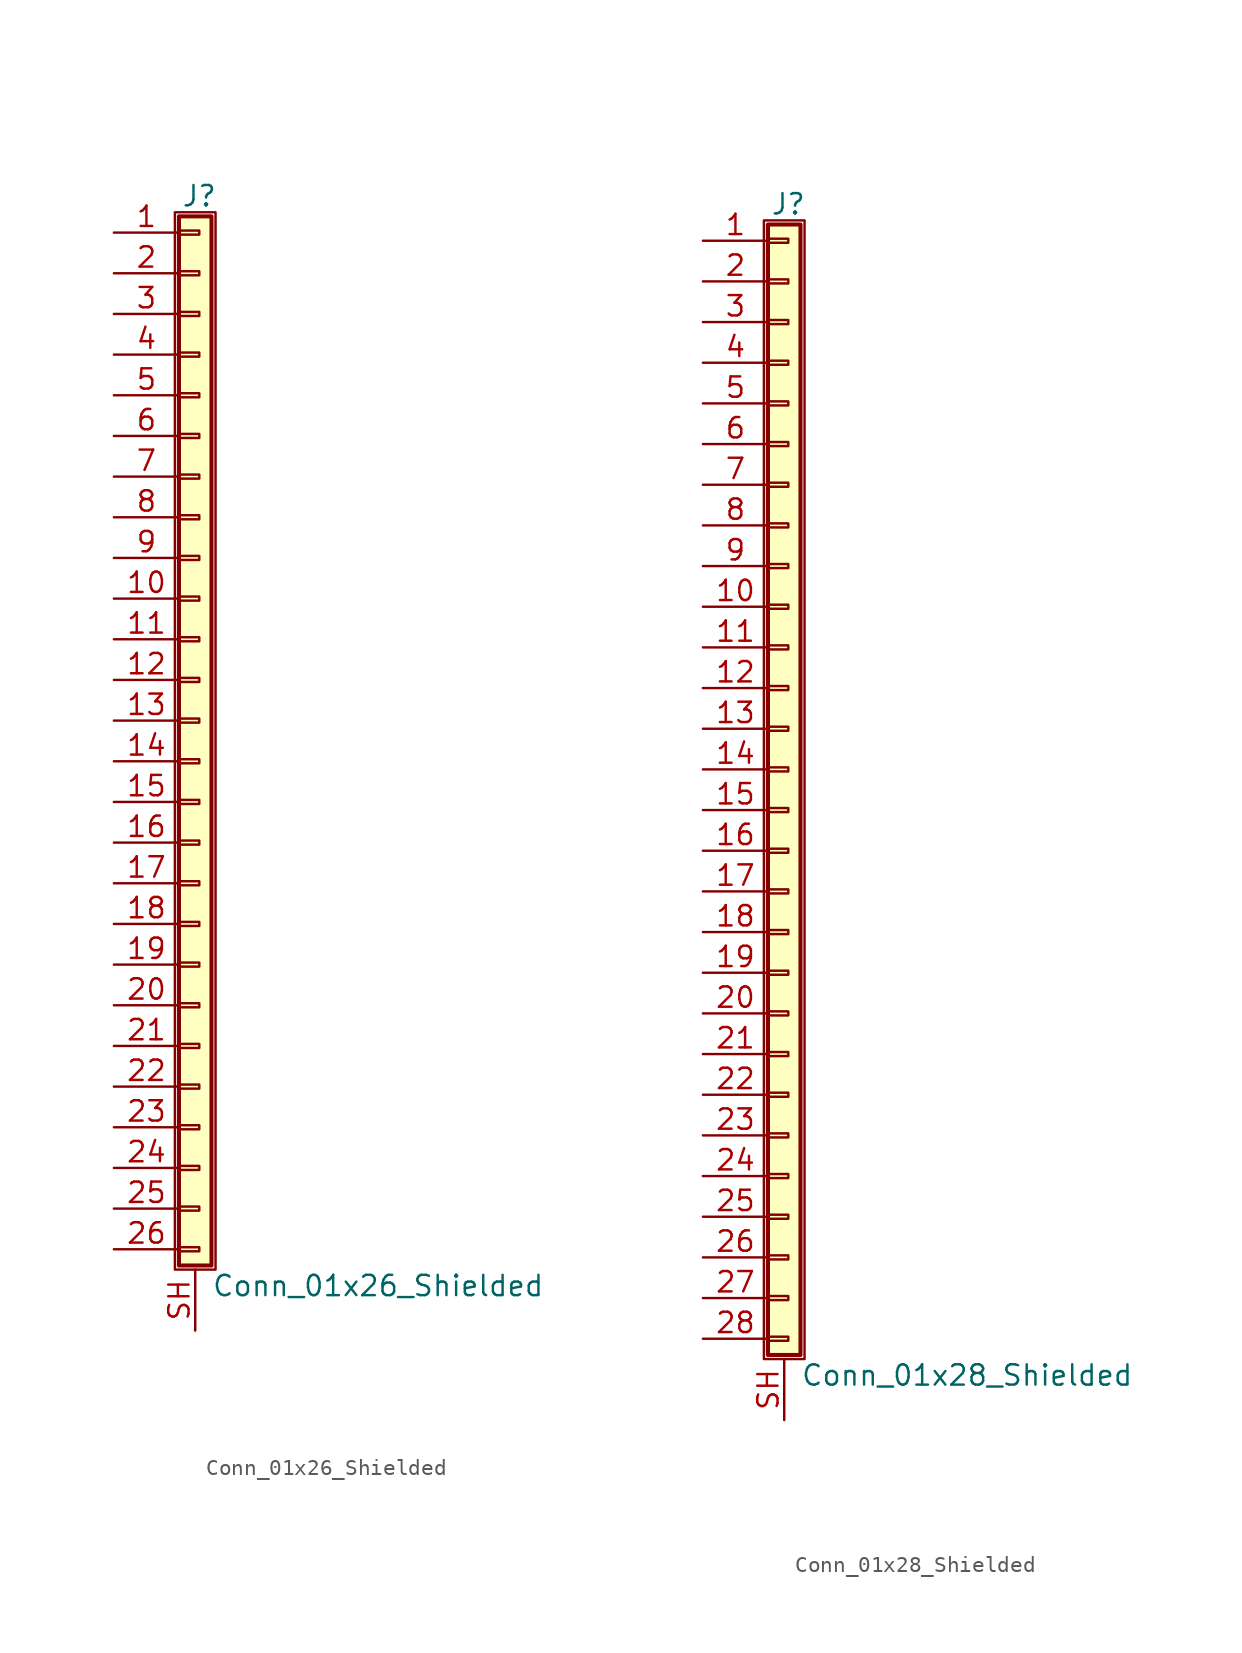
<source format=kicad_sym>
(kicad_symbol_lib
  (version 20211014)
  (generator kicad_symbol_editor)
  (symbol "Conn_01x26_Shielded"
    (pin_names
      (offset 1.016) hide)
    (property "Reference" "J"
      (at 0.254 32.766 0)
      (effects (font (size 1.27 1.27))))
    (property "Value" "Conn_01x26_Shielded"
      (at 1.016 -35.306 0)
      (effects (font (size 1.27 1.27)) (justify left)))
    (symbol "Conn_01x26_Shielded_1_1"
      (rectangle (start -1.27 31.75) (end 1.27 -34.29) (stroke (width 0.152) (type default) (color 0 0 0 0)) (fill (type none)))
      (rectangle (start -1.016 -32.893) (end 0.254 -33.147) (stroke (width 0.152) (type default) (color 0 0 0 0)) (fill (type none)))
      (rectangle (start -1.016 -30.353) (end 0.254 -30.607) (stroke (width 0.152) (type default) (color 0 0 0 0)) (fill (type none)))
      (rectangle (start -1.016 -27.813) (end 0.254 -28.067) (stroke (width 0.152) (type default) (color 0 0 0 0)) (fill (type none)))
      (rectangle (start -1.016 -25.273) (end 0.254 -25.527) (stroke (width 0.152) (type default) (color 0 0 0 0)) (fill (type none)))
      (rectangle (start -1.016 -22.733) (end 0.254 -22.987) (stroke (width 0.152) (type default) (color 0 0 0 0)) (fill (type none)))
      (rectangle (start -1.016 -20.193) (end 0.254 -20.447) (stroke (width 0.152) (type default) (color 0 0 0 0)) (fill (type none)))
      (rectangle (start -1.016 -17.653) (end 0.254 -17.907) (stroke (width 0.152) (type default) (color 0 0 0 0)) (fill (type none)))
      (rectangle (start -1.016 -15.113) (end 0.254 -15.367) (stroke (width 0.152) (type default) (color 0 0 0 0)) (fill (type none)))
      (rectangle (start -1.016 -12.573) (end 0.254 -12.827) (stroke (width 0.152) (type default) (color 0 0 0 0)) (fill (type none)))
      (rectangle (start -1.016 -10.033) (end 0.254 -10.287) (stroke (width 0.152) (type default) (color 0 0 0 0)) (fill (type none)))
      (rectangle (start -1.016 -7.493) (end 0.254 -7.747) (stroke (width 0.152) (type default) (color 0 0 0 0)) (fill (type none)))
      (rectangle (start -1.016 -4.953) (end 0.254 -5.207) (stroke (width 0.152) (type default) (color 0 0 0 0)) (fill (type none)))
      (rectangle (start -1.016 -2.413) (end 0.254 -2.667) (stroke (width 0.152) (type default) (color 0 0 0 0)) (fill (type none)))
      (rectangle (start -1.016 0.127) (end 0.254 -0.127) (stroke (width 0.152) (type default) (color 0 0 0 0)) (fill (type none)))
      (rectangle (start -1.016 2.667) (end 0.254 2.413) (stroke (width 0.152) (type default) (color 0 0 0 0)) (fill (type none)))
      (rectangle (start -1.016 5.207) (end 0.254 4.953) (stroke (width 0.152) (type default) (color 0 0 0 0)) (fill (type none)))
      (rectangle (start -1.016 7.747) (end 0.254 7.493) (stroke (width 0.152) (type default) (color 0 0 0 0)) (fill (type none)))
      (rectangle (start -1.016 10.287) (end 0.254 10.033) (stroke (width 0.152) (type default) (color 0 0 0 0)) (fill (type none)))
      (rectangle (start -1.016 12.827) (end 0.254 12.573) (stroke (width 0.152) (type default) (color 0 0 0 0)) (fill (type none)))
      (rectangle (start -1.016 15.367) (end 0.254 15.113) (stroke (width 0.152) (type default) (color 0 0 0 0)) (fill (type none)))
      (rectangle (start -1.016 17.907) (end 0.254 17.653) (stroke (width 0.152) (type default) (color 0 0 0 0)) (fill (type none)))
      (rectangle (start -1.016 20.447) (end 0.254 20.193) (stroke (width 0.152) (type default) (color 0 0 0 0)) (fill (type none)))
      (rectangle (start -1.016 22.987) (end 0.254 22.733) (stroke (width 0.152) (type default) (color 0 0 0 0)) (fill (type none)))
      (rectangle (start -1.016 25.527) (end 0.254 25.273) (stroke (width 0.152) (type default) (color 0 0 0 0)) (fill (type none)))
      (rectangle (start -1.016 28.067) (end 0.254 27.813) (stroke (width 0.152) (type default) (color 0 0 0 0)) (fill (type none)))
      (rectangle (start -1.016 30.607) (end 0.254 30.353) (stroke (width 0.152) (type default) (color 0 0 0 0)) (fill (type none)))
      (rectangle (start -1.016 31.496) (end 1.016 -34.036) (stroke (width 0.254) (type default) (color 0 0 0 0)) (fill (type background)))
      (pin passive line (at -5.08 30.48 0) (length 4.064) (name "Pin_1" (effects (font (size 1.27 1.27)))) (number "1" (effects (font (size 1.27 1.27)))))
      (pin passive line (at -5.08 7.62 0) (length 4.064) (name "Pin_10" (effects (font (size 1.27 1.27)))) (number "10" (effects (font (size 1.27 1.27)))))
      (pin passive line (at -5.08 5.08 0) (length 4.064) (name "Pin_11" (effects (font (size 1.27 1.27)))) (number "11" (effects (font (size 1.27 1.27)))))
      (pin passive line (at -5.08 2.54 0) (length 4.064) (name "Pin_12" (effects (font (size 1.27 1.27)))) (number "12" (effects (font (size 1.27 1.27)))))
      (pin passive line (at -5.08 0 0) (length 4.064) (name "Pin_13" (effects (font (size 1.27 1.27)))) (number "13" (effects (font (size 1.27 1.27)))))
      (pin passive line (at -5.08 -2.54 0) (length 4.064) (name "Pin_14" (effects (font (size 1.27 1.27)))) (number "14" (effects (font (size 1.27 1.27)))))
      (pin passive line (at -5.08 -5.08 0) (length 4.064) (name "Pin_15" (effects (font (size 1.27 1.27)))) (number "15" (effects (font (size 1.27 1.27)))))
      (pin passive line (at -5.08 -7.62 0) (length 4.064) (name "Pin_16" (effects (font (size 1.27 1.27)))) (number "16" (effects (font (size 1.27 1.27)))))
      (pin passive line (at -5.08 -10.16 0) (length 4.064) (name "Pin_17" (effects (font (size 1.27 1.27)))) (number "17" (effects (font (size 1.27 1.27)))))
      (pin passive line (at -5.08 -12.7 0) (length 4.064) (name "Pin_18" (effects (font (size 1.27 1.27)))) (number "18" (effects (font (size 1.27 1.27)))))
      (pin passive line (at -5.08 -15.24 0) (length 4.064) (name "Pin_19" (effects (font (size 1.27 1.27)))) (number "19" (effects (font (size 1.27 1.27)))))
      (pin passive line (at -5.08 27.94 0) (length 4.064) (name "Pin_2" (effects (font (size 1.27 1.27)))) (number "2" (effects (font (size 1.27 1.27)))))
      (pin passive line (at -5.08 -17.78 0) (length 4.064) (name "Pin_20" (effects (font (size 1.27 1.27)))) (number "20" (effects (font (size 1.27 1.27)))))
      (pin passive line (at -5.08 -20.32 0) (length 4.064) (name "Pin_21" (effects (font (size 1.27 1.27)))) (number "21" (effects (font (size 1.27 1.27)))))
      (pin passive line (at -5.08 -22.86 0) (length 4.064) (name "Pin_22" (effects (font (size 1.27 1.27)))) (number "22" (effects (font (size 1.27 1.27)))))
      (pin passive line (at -5.08 -25.4 0) (length 4.064) (name "Pin_23" (effects (font (size 1.27 1.27)))) (number "23" (effects (font (size 1.27 1.27)))))
      (pin passive line (at -5.08 -27.94 0) (length 4.064) (name "Pin_24" (effects (font (size 1.27 1.27)))) (number "24" (effects (font (size 1.27 1.27)))))
      (pin passive line (at -5.08 -30.48 0) (length 4.064) (name "Pin_25" (effects (font (size 1.27 1.27)))) (number "25" (effects (font (size 1.27 1.27)))))
      (pin passive line (at -5.08 -33.02 0) (length 4.064) (name "Pin_26" (effects (font (size 1.27 1.27)))) (number "26" (effects (font (size 1.27 1.27)))))
      (pin passive line (at -5.08 25.4 0) (length 4.064) (name "Pin_3" (effects (font (size 1.27 1.27)))) (number "3" (effects (font (size 1.27 1.27)))))
      (pin passive line (at -5.08 22.86 0) (length 4.064) (name "Pin_4" (effects (font (size 1.27 1.27)))) (number "4" (effects (font (size 1.27 1.27)))))
      (pin passive line (at -5.08 20.32 0) (length 4.064) (name "Pin_5" (effects (font (size 1.27 1.27)))) (number "5" (effects (font (size 1.27 1.27)))))
      (pin passive line (at -5.08 17.78 0) (length 4.064) (name "Pin_6" (effects (font (size 1.27 1.27)))) (number "6" (effects (font (size 1.27 1.27)))))
      (pin passive line (at -5.08 15.24 0) (length 4.064) (name "Pin_7" (effects (font (size 1.27 1.27)))) (number "7" (effects (font (size 1.27 1.27)))))
      (pin passive line (at -5.08 12.7 0) (length 4.064) (name "Pin_8" (effects (font (size 1.27 1.27)))) (number "8" (effects (font (size 1.27 1.27)))))
      (pin passive line (at -5.08 10.16 0) (length 4.064) (name "Pin_9" (effects (font (size 1.27 1.27)))) (number "9" (effects (font (size 1.27 1.27)))))
      (pin passive line (at 0 -38.1 90) (length 3.81) (name "Shield" (effects (font (size 1.27 1.27)))) (number "SH" (effects (font (size 1.27 1.27)))))))
  (symbol "Conn_01x28_Shielded"
    (pin_names
      (offset 1.016) hide)
    (property "Reference" "J"
      (at 0.254 35.306 0)
      (effects (font (size 1.27 1.27))))
    (property "Value" "Conn_01x28_Shielded"
      (at 1.016 -37.846 0)
      (effects (font (size 1.27 1.27)) (justify left)))
    (symbol "Conn_01x28_Shielded_1_1"
      (rectangle (start -1.27 34.29) (end 1.27 -36.83) (stroke (width 0.152) (type default) (color 0 0 0 0)) (fill (type none)))
      (rectangle (start -1.016 -35.433) (end 0.254 -35.687) (stroke (width 0.152) (type default) (color 0 0 0 0)) (fill (type none)))
      (rectangle (start -1.016 -32.893) (end 0.254 -33.147) (stroke (width 0.152) (type default) (color 0 0 0 0)) (fill (type none)))
      (rectangle (start -1.016 -30.353) (end 0.254 -30.607) (stroke (width 0.152) (type default) (color 0 0 0 0)) (fill (type none)))
      (rectangle (start -1.016 -27.813) (end 0.254 -28.067) (stroke (width 0.152) (type default) (color 0 0 0 0)) (fill (type none)))
      (rectangle (start -1.016 -25.273) (end 0.254 -25.527) (stroke (width 0.152) (type default) (color 0 0 0 0)) (fill (type none)))
      (rectangle (start -1.016 -22.733) (end 0.254 -22.987) (stroke (width 0.152) (type default) (color 0 0 0 0)) (fill (type none)))
      (rectangle (start -1.016 -20.193) (end 0.254 -20.447) (stroke (width 0.152) (type default) (color 0 0 0 0)) (fill (type none)))
      (rectangle (start -1.016 -17.653) (end 0.254 -17.907) (stroke (width 0.152) (type default) (color 0 0 0 0)) (fill (type none)))
      (rectangle (start -1.016 -15.113) (end 0.254 -15.367) (stroke (width 0.152) (type default) (color 0 0 0 0)) (fill (type none)))
      (rectangle (start -1.016 -12.573) (end 0.254 -12.827) (stroke (width 0.152) (type default) (color 0 0 0 0)) (fill (type none)))
      (rectangle (start -1.016 -10.033) (end 0.254 -10.287) (stroke (width 0.152) (type default) (color 0 0 0 0)) (fill (type none)))
      (rectangle (start -1.016 -7.493) (end 0.254 -7.747) (stroke (width 0.152) (type default) (color 0 0 0 0)) (fill (type none)))
      (rectangle (start -1.016 -4.953) (end 0.254 -5.207) (stroke (width 0.152) (type default) (color 0 0 0 0)) (fill (type none)))
      (rectangle (start -1.016 -2.413) (end 0.254 -2.667) (stroke (width 0.152) (type default) (color 0 0 0 0)) (fill (type none)))
      (rectangle (start -1.016 0.127) (end 0.254 -0.127) (stroke (width 0.152) (type default) (color 0 0 0 0)) (fill (type none)))
      (rectangle (start -1.016 2.667) (end 0.254 2.413) (stroke (width 0.152) (type default) (color 0 0 0 0)) (fill (type none)))
      (rectangle (start -1.016 5.207) (end 0.254 4.953) (stroke (width 0.152) (type default) (color 0 0 0 0)) (fill (type none)))
      (rectangle (start -1.016 7.747) (end 0.254 7.493) (stroke (width 0.152) (type default) (color 0 0 0 0)) (fill (type none)))
      (rectangle (start -1.016 10.287) (end 0.254 10.033) (stroke (width 0.152) (type default) (color 0 0 0 0)) (fill (type none)))
      (rectangle (start -1.016 12.827) (end 0.254 12.573) (stroke (width 0.152) (type default) (color 0 0 0 0)) (fill (type none)))
      (rectangle (start -1.016 15.367) (end 0.254 15.113) (stroke (width 0.152) (type default) (color 0 0 0 0)) (fill (type none)))
      (rectangle (start -1.016 17.907) (end 0.254 17.653) (stroke (width 0.152) (type default) (color 0 0 0 0)) (fill (type none)))
      (rectangle (start -1.016 20.447) (end 0.254 20.193) (stroke (width 0.152) (type default) (color 0 0 0 0)) (fill (type none)))
      (rectangle (start -1.016 22.987) (end 0.254 22.733) (stroke (width 0.152) (type default) (color 0 0 0 0)) (fill (type none)))
      (rectangle (start -1.016 25.527) (end 0.254 25.273) (stroke (width 0.152) (type default) (color 0 0 0 0)) (fill (type none)))
      (rectangle (start -1.016 28.067) (end 0.254 27.813) (stroke (width 0.152) (type default) (color 0 0 0 0)) (fill (type none)))
      (rectangle (start -1.016 30.607) (end 0.254 30.353) (stroke (width 0.152) (type default) (color 0 0 0 0)) (fill (type none)))
      (rectangle (start -1.016 33.147) (end 0.254 32.893) (stroke (width 0.152) (type default) (color 0 0 0 0)) (fill (type none)))
      (rectangle (start -1.016 34.036) (end 1.016 -36.576) (stroke (width 0.254) (type default) (color 0 0 0 0)) (fill (type background)))
      (pin passive line (at -5.08 33.02 0) (length 4.064) (name "Pin_1" (effects (font (size 1.27 1.27)))) (number "1" (effects (font (size 1.27 1.27)))))
      (pin passive line (at -5.08 10.16 0) (length 4.064) (name "Pin_10" (effects (font (size 1.27 1.27)))) (number "10" (effects (font (size 1.27 1.27)))))
      (pin passive line (at -5.08 7.62 0) (length 4.064) (name "Pin_11" (effects (font (size 1.27 1.27)))) (number "11" (effects (font (size 1.27 1.27)))))
      (pin passive line (at -5.08 5.08 0) (length 4.064) (name "Pin_12" (effects (font (size 1.27 1.27)))) (number "12" (effects (font (size 1.27 1.27)))))
      (pin passive line (at -5.08 2.54 0) (length 4.064) (name "Pin_13" (effects (font (size 1.27 1.27)))) (number "13" (effects (font (size 1.27 1.27)))))
      (pin passive line (at -5.08 0 0) (length 4.064) (name "Pin_14" (effects (font (size 1.27 1.27)))) (number "14" (effects (font (size 1.27 1.27)))))
      (pin passive line (at -5.08 -2.54 0) (length 4.064) (name "Pin_15" (effects (font (size 1.27 1.27)))) (number "15" (effects (font (size 1.27 1.27)))))
      (pin passive line (at -5.08 -5.08 0) (length 4.064) (name "Pin_16" (effects (font (size 1.27 1.27)))) (number "16" (effects (font (size 1.27 1.27)))))
      (pin passive line (at -5.08 -7.62 0) (length 4.064) (name "Pin_17" (effects (font (size 1.27 1.27)))) (number "17" (effects (font (size 1.27 1.27)))))
      (pin passive line (at -5.08 -10.16 0) (length 4.064) (name "Pin_18" (effects (font (size 1.27 1.27)))) (number "18" (effects (font (size 1.27 1.27)))))
      (pin passive line (at -5.08 -12.7 0) (length 4.064) (name "Pin_19" (effects (font (size 1.27 1.27)))) (number "19" (effects (font (size 1.27 1.27)))))
      (pin passive line (at -5.08 30.48 0) (length 4.064) (name "Pin_2" (effects (font (size 1.27 1.27)))) (number "2" (effects (font (size 1.27 1.27)))))
      (pin passive line (at -5.08 -15.24 0) (length 4.064) (name "Pin_20" (effects (font (size 1.27 1.27)))) (number "20" (effects (font (size 1.27 1.27)))))
      (pin passive line (at -5.08 -17.78 0) (length 4.064) (name "Pin_21" (effects (font (size 1.27 1.27)))) (number "21" (effects (font (size 1.27 1.27)))))
      (pin passive line (at -5.08 -20.32 0) (length 4.064) (name "Pin_22" (effects (font (size 1.27 1.27)))) (number "22" (effects (font (size 1.27 1.27)))))
      (pin passive line (at -5.08 -22.86 0) (length 4.064) (name "Pin_23" (effects (font (size 1.27 1.27)))) (number "23" (effects (font (size 1.27 1.27)))))
      (pin passive line (at -5.08 -25.4 0) (length 4.064) (name "Pin_24" (effects (font (size 1.27 1.27)))) (number "24" (effects (font (size 1.27 1.27)))))
      (pin passive line (at -5.08 -27.94 0) (length 4.064) (name "Pin_25" (effects (font (size 1.27 1.27)))) (number "25" (effects (font (size 1.27 1.27)))))
      (pin passive line (at -5.08 -30.48 0) (length 4.064) (name "Pin_26" (effects (font (size 1.27 1.27)))) (number "26" (effects (font (size 1.27 1.27)))))
      (pin passive line (at -5.08 -33.02 0) (length 4.064) (name "Pin_27" (effects (font (size 1.27 1.27)))) (number "27" (effects (font (size 1.27 1.27)))))
      (pin passive line (at -5.08 -35.56 0) (length 4.064) (name "Pin_28" (effects (font (size 1.27 1.27)))) (number "28" (effects (font (size 1.27 1.27)))))
      (pin passive line (at -5.08 27.94 0) (length 4.064) (name "Pin_3" (effects (font (size 1.27 1.27)))) (number "3" (effects (font (size 1.27 1.27)))))
      (pin passive line (at -5.08 25.4 0) (length 4.064) (name "Pin_4" (effects (font (size 1.27 1.27)))) (number "4" (effects (font (size 1.27 1.27)))))
      (pin passive line (at -5.08 22.86 0) (length 4.064) (name "Pin_5" (effects (font (size 1.27 1.27)))) (number "5" (effects (font (size 1.27 1.27)))))
      (pin passive line (at -5.08 20.32 0) (length 4.064) (name "Pin_6" (effects (font (size 1.27 1.27)))) (number "6" (effects (font (size 1.27 1.27)))))
      (pin passive line (at -5.08 17.78 0) (length 4.064) (name "Pin_7" (effects (font (size 1.27 1.27)))) (number "7" (effects (font (size 1.27 1.27)))))
      (pin passive line (at -5.08 15.24 0) (length 4.064) (name "Pin_8" (effects (font (size 1.27 1.27)))) (number "8" (effects (font (size 1.27 1.27)))))
      (pin passive line (at -5.08 12.7 0) (length 4.064) (name "Pin_9" (effects (font (size 1.27 1.27)))) (number "9" (effects (font (size 1.27 1.27)))))
      (pin passive line (at 0 -40.64 90) (length 3.81) (name "Shield" (effects (font (size 1.27 1.27)))) (number "SH" (effects (font (size 1.27 1.27))))))))
</source>
